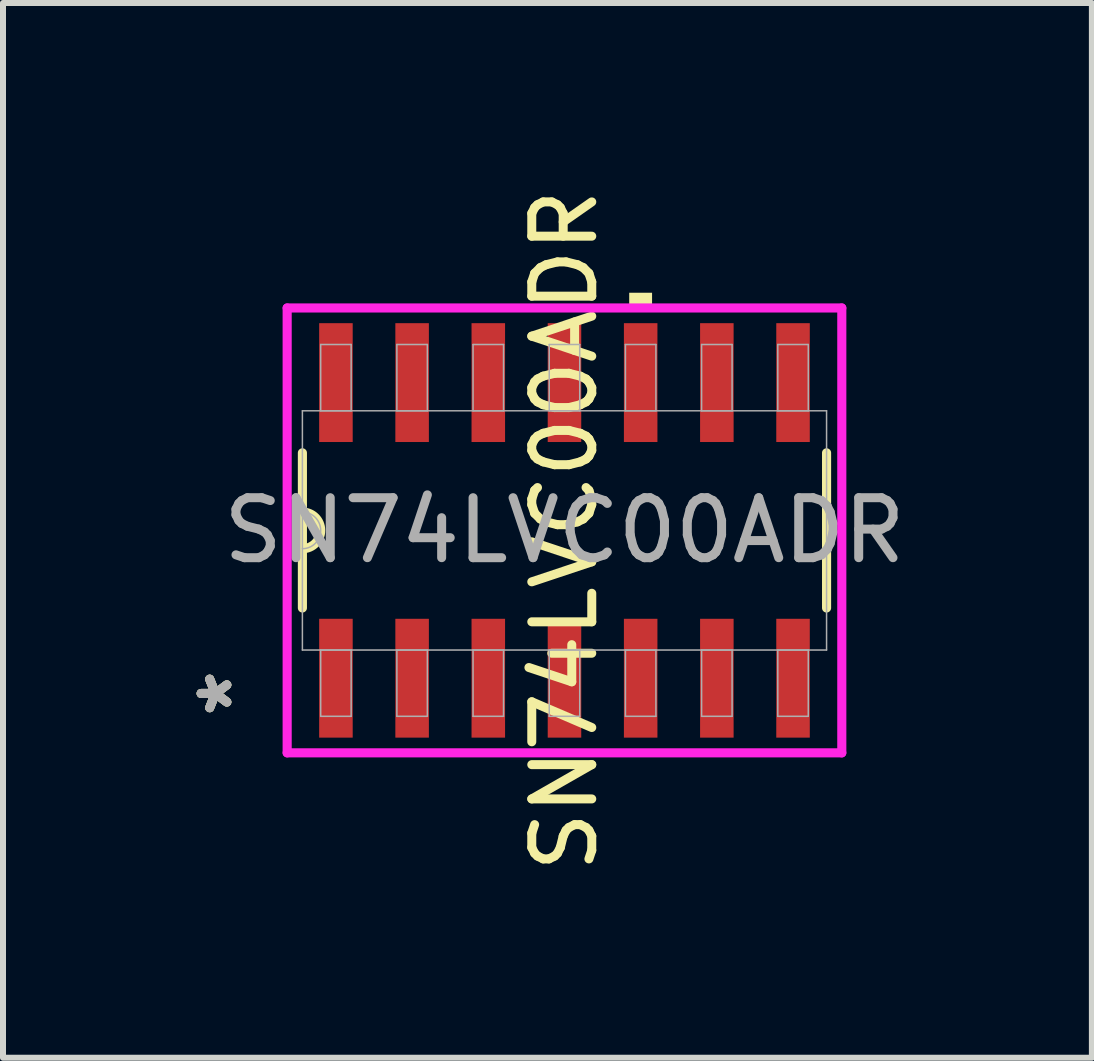
<source format=kicad_pcb>
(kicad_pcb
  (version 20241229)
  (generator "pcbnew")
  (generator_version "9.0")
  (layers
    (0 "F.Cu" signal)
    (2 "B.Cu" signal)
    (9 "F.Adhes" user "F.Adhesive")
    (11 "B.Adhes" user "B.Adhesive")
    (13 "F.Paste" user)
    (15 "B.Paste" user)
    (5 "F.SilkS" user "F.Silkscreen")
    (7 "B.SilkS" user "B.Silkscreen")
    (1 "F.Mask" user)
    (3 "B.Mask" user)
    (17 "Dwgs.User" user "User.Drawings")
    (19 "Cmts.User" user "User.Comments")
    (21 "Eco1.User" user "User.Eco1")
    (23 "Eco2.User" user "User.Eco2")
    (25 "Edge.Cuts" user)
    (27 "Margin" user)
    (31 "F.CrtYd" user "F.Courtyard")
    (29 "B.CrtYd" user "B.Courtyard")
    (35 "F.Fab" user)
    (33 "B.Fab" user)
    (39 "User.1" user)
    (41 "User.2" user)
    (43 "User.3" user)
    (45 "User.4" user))
  (footprint "SN74LVC00ADR"
    (layer "F.Cu")
    (at 6.36 5.792)
    (property "Reference" "SN74LVC00ADR" (at 0 0 90) (unlocked yes) (layer "F.SilkS") (effects (font (size 1 1) (thickness 0.15))))
    (attr smd)
    (fp_line (start -4.369 -1.293) (end -4.369 1.293) (stroke (width 0.152) (type solid)) (layer "F.SilkS"))
    (fp_line (start 4.369 1.293) (end 4.369 -1.293) (stroke (width 0.152) (type solid)) (layer "F.SilkS"))
    (fp_arc (start -4.3688 -0.3048) (mid -4.064 0) (end -4.3688 0.3048) (stroke (width 0.1524) (type solid)) (layer "F.SilkS"))
    (fp_poly (pts (xy 1.079 -3.962) (xy 1.46 -3.962) (xy 1.46 -3.708) (xy 1.079 -3.708)) (stroke (width 0) (type solid)) (fill yes) (layer "F.SilkS"))
    (fp_line (start -4.623 -3.708) (end 4.623 -3.708) (stroke (width 0.152) (type solid)) (layer "F.CrtYd"))
    (fp_line (start -4.623 3.708) (end -4.623 -3.708) (stroke (width 0.152) (type solid)) (layer "F.CrtYd"))
    (fp_line (start 4.623 -3.708) (end 4.623 3.708) (stroke (width 0.152) (type solid)) (layer "F.CrtYd"))
    (fp_line (start 4.623 3.708) (end -4.623 3.708) (stroke (width 0.152) (type solid)) (layer "F.CrtYd"))
    (fp_line (start -4.369 -1.994) (end -4.369 1.994) (stroke (width 0.025) (type solid)) (layer "F.Fab"))
    (fp_line (start -4.369 1.994) (end 4.369 1.994) (stroke (width 0.025) (type solid)) (layer "F.Fab"))
    (fp_line (start -4.064 -3.099) (end -4.064 -1.994) (stroke (width 0.025) (type solid)) (layer "F.Fab"))
    (fp_line (start -4.064 -1.994) (end -3.556 -1.994) (stroke (width 0.025) (type solid)) (layer "F.Fab"))
    (fp_line (start -4.064 1.994) (end -4.064 3.099) (stroke (width 0.025) (type solid)) (layer "F.Fab"))
    (fp_line (start -4.064 3.099) (end -3.556 3.099) (stroke (width 0.025) (type solid)) (layer "F.Fab"))
    (fp_line (start -3.556 -3.099) (end -4.064 -3.099) (stroke (width 0.025) (type solid)) (layer "F.Fab"))
    (fp_line (start -3.556 -1.994) (end -3.556 -3.099) (stroke (width 0.025) (type solid)) (layer "F.Fab"))
    (fp_line (start -3.556 1.994) (end -4.064 1.994) (stroke (width 0.025) (type solid)) (layer "F.Fab"))
    (fp_line (start -3.556 3.099) (end -3.556 1.994) (stroke (width 0.025) (type solid)) (layer "F.Fab"))
    (fp_line (start -2.794 -3.099) (end -2.794 -1.994) (stroke (width 0.025) (type solid)) (layer "F.Fab"))
    (fp_line (start -2.794 -1.994) (end -2.286 -1.994) (stroke (width 0.025) (type solid)) (layer "F.Fab"))
    (fp_line (start -2.794 1.994) (end -2.794 3.099) (stroke (width 0.025) (type solid)) (layer "F.Fab"))
    (fp_line (start -2.794 3.099) (end -2.286 3.099) (stroke (width 0.025) (type solid)) (layer "F.Fab"))
    (fp_line (start -2.286 -3.099) (end -2.794 -3.099) (stroke (width 0.025) (type solid)) (layer "F.Fab"))
    (fp_line (start -2.286 -1.994) (end -2.286 -3.099) (stroke (width 0.025) (type solid)) (layer "F.Fab"))
    (fp_line (start -2.286 1.994) (end -2.794 1.994) (stroke (width 0.025) (type solid)) (layer "F.Fab"))
    (fp_line (start -2.286 3.099) (end -2.286 1.994) (stroke (width 0.025) (type solid)) (layer "F.Fab"))
    (fp_line (start -1.524 -3.099) (end -1.524 -1.994) (stroke (width 0.025) (type solid)) (layer "F.Fab"))
    (fp_line (start -1.524 -1.994) (end -1.016 -1.994) (stroke (width 0.025) (type solid)) (layer "F.Fab"))
    (fp_line (start -1.524 1.994) (end -1.524 3.099) (stroke (width 0.025) (type solid)) (layer "F.Fab"))
    (fp_line (start -1.524 3.099) (end -1.016 3.099) (stroke (width 0.025) (type solid)) (layer "F.Fab"))
    (fp_line (start -1.016 -3.099) (end -1.524 -3.099) (stroke (width 0.025) (type solid)) (layer "F.Fab"))
    (fp_line (start -1.016 -1.994) (end -1.016 -3.099) (stroke (width 0.025) (type solid)) (layer "F.Fab"))
    (fp_line (start -1.016 1.994) (end -1.524 1.994) (stroke (width 0.025) (type solid)) (layer "F.Fab"))
    (fp_line (start -1.016 3.099) (end -1.016 1.994) (stroke (width 0.025) (type solid)) (layer "F.Fab"))
    (fp_line (start -0.254 -3.099) (end -0.254 -1.994) (stroke (width 0.025) (type solid)) (layer "F.Fab"))
    (fp_line (start -0.254 -1.994) (end 0.254 -1.994) (stroke (width 0.025) (type solid)) (layer "F.Fab"))
    (fp_line (start -0.254 1.994) (end -0.254 3.099) (stroke (width 0.025) (type solid)) (layer "F.Fab"))
    (fp_line (start -0.254 3.099) (end 0.254 3.099) (stroke (width 0.025) (type solid)) (layer "F.Fab"))
    (fp_line (start 0.254 -3.099) (end -0.254 -3.099) (stroke (width 0.025) (type solid)) (layer "F.Fab"))
    (fp_line (start 0.254 -1.994) (end 0.254 -3.099) (stroke (width 0.025) (type solid)) (layer "F.Fab"))
    (fp_line (start 0.254 1.994) (end -0.254 1.994) (stroke (width 0.025) (type solid)) (layer "F.Fab"))
    (fp_line (start 0.254 3.099) (end 0.254 1.994) (stroke (width 0.025) (type solid)) (layer "F.Fab"))
    (fp_line (start 1.016 -3.099) (end 1.016 -1.994) (stroke (width 0.025) (type solid)) (layer "F.Fab"))
    (fp_line (start 1.016 -1.994) (end 1.524 -1.994) (stroke (width 0.025) (type solid)) (layer "F.Fab"))
    (fp_line (start 1.016 1.994) (end 1.016 3.099) (stroke (width 0.025) (type solid)) (layer "F.Fab"))
    (fp_line (start 1.016 3.099) (end 1.524 3.099) (stroke (width 0.025) (type solid)) (layer "F.Fab"))
    (fp_line (start 1.524 -3.099) (end 1.016 -3.099) (stroke (width 0.025) (type solid)) (layer "F.Fab"))
    (fp_line (start 1.524 -1.994) (end 1.524 -3.099) (stroke (width 0.025) (type solid)) (layer "F.Fab"))
    (fp_line (start 1.524 1.994) (end 1.016 1.994) (stroke (width 0.025) (type solid)) (layer "F.Fab"))
    (fp_line (start 1.524 3.099) (end 1.524 1.994) (stroke (width 0.025) (type solid)) (layer "F.Fab"))
    (fp_line (start 2.286 -3.099) (end 2.286 -1.994) (stroke (width 0.025) (type solid)) (layer "F.Fab"))
    (fp_line (start 2.286 -1.994) (end 2.794 -1.994) (stroke (width 0.025) (type solid)) (layer "F.Fab"))
    (fp_line (start 2.286 1.994) (end 2.286 3.099) (stroke (width 0.025) (type solid)) (layer "F.Fab"))
    (fp_line (start 2.286 3.099) (end 2.794 3.099) (stroke (width 0.025) (type solid)) (layer "F.Fab"))
    (fp_line (start 2.794 -3.099) (end 2.286 -3.099) (stroke (width 0.025) (type solid)) (layer "F.Fab"))
    (fp_line (start 2.794 -1.994) (end 2.794 -3.099) (stroke (width 0.025) (type solid)) (layer "F.Fab"))
    (fp_line (start 2.794 1.994) (end 2.286 1.994) (stroke (width 0.025) (type solid)) (layer "F.Fab"))
    (fp_line (start 2.794 3.099) (end 2.794 1.994) (stroke (width 0.025) (type solid)) (layer "F.Fab"))
    (fp_line (start 3.556 -3.099) (end 3.556 -1.994) (stroke (width 0.025) (type solid)) (layer "F.Fab"))
    (fp_line (start 3.556 -1.994) (end 4.064 -1.994) (stroke (width 0.025) (type solid)) (layer "F.Fab"))
    (fp_line (start 3.556 1.994) (end 3.556 3.099) (stroke (width 0.025) (type solid)) (layer "F.Fab"))
    (fp_line (start 3.556 3.099) (end 4.064 3.099) (stroke (width 0.025) (type solid)) (layer "F.Fab"))
    (fp_line (start 4.064 -3.099) (end 3.556 -3.099) (stroke (width 0.025) (type solid)) (layer "F.Fab"))
    (fp_line (start 4.064 -1.994) (end 4.064 -3.099) (stroke (width 0.025) (type solid)) (layer "F.Fab"))
    (fp_line (start 4.064 1.994) (end 3.556 1.994) (stroke (width 0.025) (type solid)) (layer "F.Fab"))
    (fp_line (start 4.064 3.099) (end 4.064 1.994) (stroke (width 0.025) (type solid)) (layer "F.Fab"))
    (fp_line (start 4.369 -1.994) (end -4.369 -1.994) (stroke (width 0.025) (type solid)) (layer "F.Fab"))
    (fp_line (start 4.369 1.994) (end 4.369 -1.994) (stroke (width 0.025) (type solid)) (layer "F.Fab"))
    (fp_arc (start -4.3688 -0.3048) (mid -4.064 0) (end -4.3688 0.3048) (stroke (width 0.0254) (type solid)) (layer "F.Fab"))
    (fp_text user "*" (at -5.512 2.718 90) (unlocked yes) (layer "F.SilkS") (effects (font (size 1 1) (thickness 0.15))))
    (fp_text user "*" (at -5.512 2.718 90) (layer "F.SilkS") (effects (font (size 1 1) (thickness 0.15))))
    (fp_text user "${REFERENCE}" (at 0 0 0) (unlocked yes) (layer "F.Fab") (effects (font (size 1 1) (thickness 0.15))))
    (fp_text user "*" (at -5.512 2.718 90) (layer "F.Fab") (effects (font (size 1 1) (thickness 0.15))))
    (fp_text user "*" (at -5.512 2.718 90) (unlocked yes) (layer "F.Fab") (effects (font (size 1 1) (thickness 0.15))))
    (pad "1" smd rect (at -3.81 2.464 90) (size 1.981 0.559) (layers "F.Cu" "F.Mask" "F.Paste"))
    (pad "2" smd rect (at -2.54 2.464 90) (size 1.981 0.559) (layers "F.Cu" "F.Mask" "F.Paste"))
    (pad "3" smd rect (at -1.27 2.464 90) (size 1.981 0.559) (layers "F.Cu" "F.Mask" "F.Paste"))
    (pad "4" smd rect (at 0 2.464 90) (size 1.981 0.559) (layers "F.Cu" "F.Mask" "F.Paste"))
    (pad "5" smd rect (at 1.27 2.464 90) (size 1.981 0.559) (layers "F.Cu" "F.Mask" "F.Paste"))
    (pad "6" smd rect (at 2.54 2.464 90) (size 1.981 0.559) (layers "F.Cu" "F.Mask" "F.Paste"))
    (pad "7" smd rect (at 3.81 2.464 90) (size 1.981 0.559) (layers "F.Cu" "F.Mask" "F.Paste"))
    (pad "8" smd rect (at 3.81 -2.464 90) (size 1.981 0.559) (layers "F.Cu" "F.Mask" "F.Paste"))
    (pad "9" smd rect (at 2.54 -2.464 90) (size 1.981 0.559) (layers "F.Cu" "F.Mask" "F.Paste"))
    (pad "10" smd rect (at 1.27 -2.464 90) (size 1.981 0.559) (layers "F.Cu" "F.Mask" "F.Paste"))
    (pad "11" smd rect (at 0 -2.464 90) (size 1.981 0.559) (layers "F.Cu" "F.Mask" "F.Paste"))
    (pad "12" smd rect (at -1.27 -2.464 90) (size 1.981 0.559) (layers "F.Cu" "F.Mask" "F.Paste"))
    (pad "13" smd rect (at -2.54 -2.464 90) (size 1.981 0.559) (layers "F.Cu" "F.Mask" "F.Paste"))
    (pad "14" smd rect (at -3.81 -2.464 90) (size 1.981 0.559) (layers "F.Cu" "F.Mask" "F.Paste")))
  (gr_rect
    (start -3 -3)
    (end 15.152 14.583)
    (stroke (width 0.1) (type default))
    (fill no)
    (layer "Edge.Cuts")))
</source>
